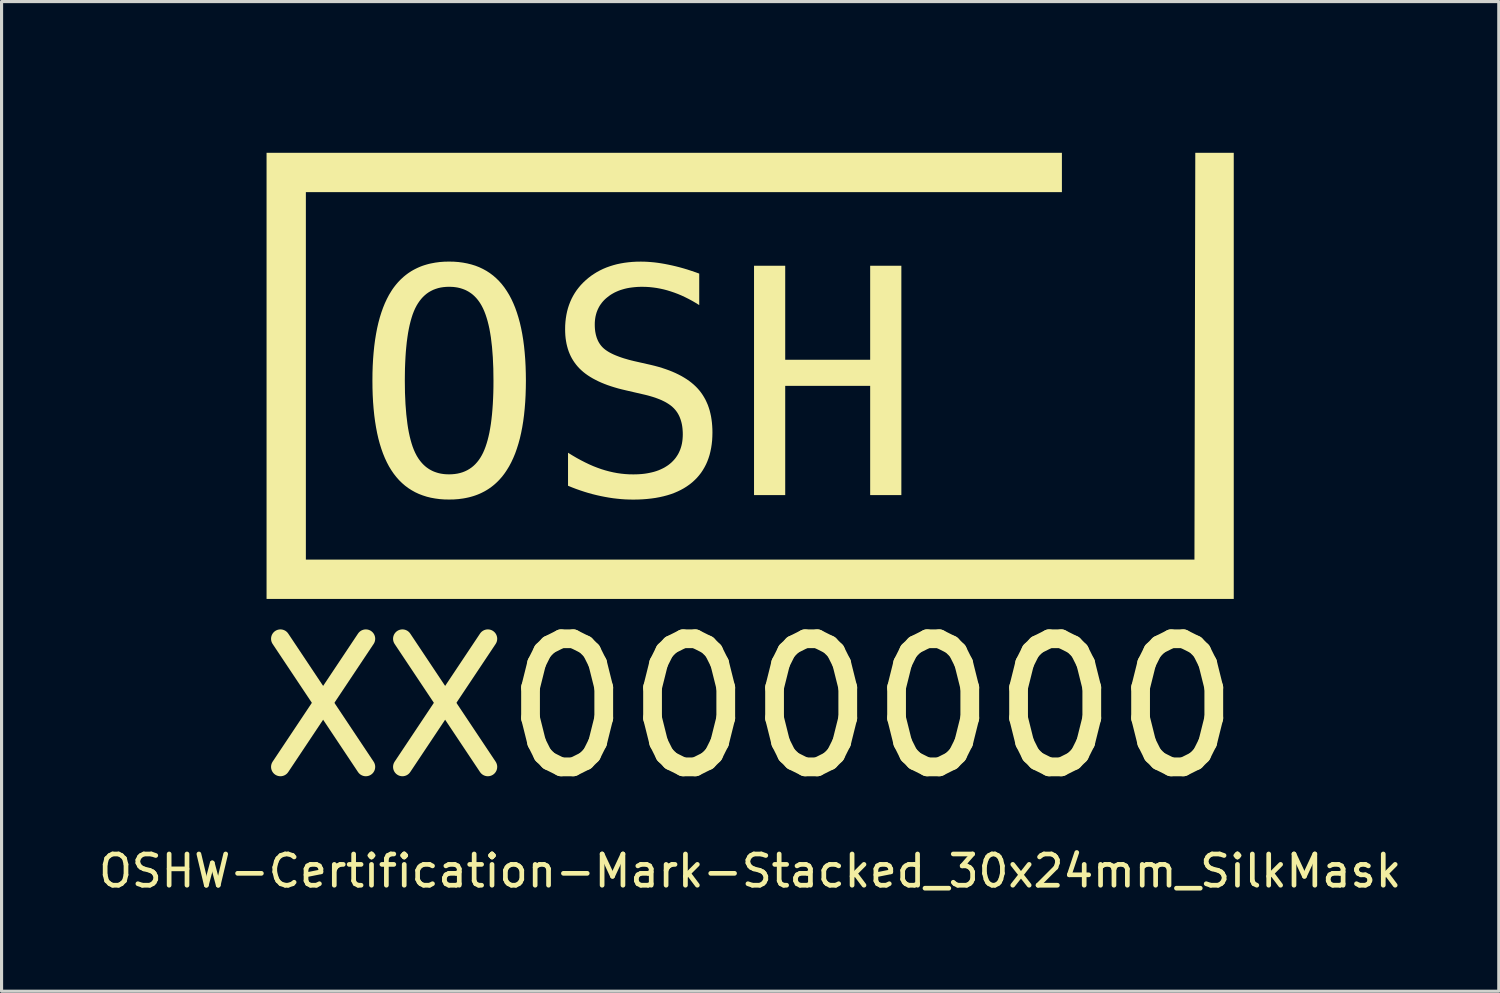
<source format=kicad_pcb>
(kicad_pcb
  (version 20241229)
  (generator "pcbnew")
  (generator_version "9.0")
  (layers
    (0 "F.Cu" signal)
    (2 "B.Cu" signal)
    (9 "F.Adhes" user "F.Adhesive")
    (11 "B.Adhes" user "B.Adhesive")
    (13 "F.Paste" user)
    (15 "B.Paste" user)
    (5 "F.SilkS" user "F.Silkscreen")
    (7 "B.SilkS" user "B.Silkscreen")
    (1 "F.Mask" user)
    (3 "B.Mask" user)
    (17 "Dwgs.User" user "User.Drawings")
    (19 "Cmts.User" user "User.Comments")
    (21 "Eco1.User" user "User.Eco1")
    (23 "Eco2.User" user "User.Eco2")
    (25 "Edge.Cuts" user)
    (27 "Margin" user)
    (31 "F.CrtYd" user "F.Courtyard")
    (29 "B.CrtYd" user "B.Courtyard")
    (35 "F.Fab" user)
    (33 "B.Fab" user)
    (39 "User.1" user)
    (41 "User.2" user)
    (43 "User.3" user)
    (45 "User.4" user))
  (footprint "OSHW-Certification-Mark-Stacked_30x24mm_SilkMask"
    (layer "F.Cu")
    (at 20.958 11.026)
    (property "Reference" "OSHW-Certification-Mark-Stacked_30x24mm_SilkMask" (at 0.000231 13.8 0) (unlocked yes) (layer "F.SilkS") (effects (font (size 1 1) (thickness 0.15))))
    (attr board_only exclude_from_pos_files exclude_from_bom allow_missing_courtyard)
    (fp_poly (pts (xy 10.475 1.769) (xy 9.536 1.769) (xy 8.537 -2.592) (xy 7.544 1.769) (xy 6.605 1.769) (xy 5.509 -5.571) (xy 6.477 -5.571) (xy 7.18 0.388) (xy 8.016 -3.556) (xy 9.054 -3.556) (xy 9.899 0.397) (xy 12.281 -11.026) (xy 13.249 -11.026)) (stroke (width 0) (type solid)) (fill yes) (layer "F.Mask"))
    (fp_poly (pts (xy -7.177 -1.894) (xy -7.177 -1.894) (xy -7.177 -1.894)) (stroke (width 0) (type solid)) (fill yes) (layer "F.SilkS"))
    (fp_poly (pts (xy -1.63 -5.32) (xy -1.63 -5.32) (xy -1.63 -5.32)) (stroke (width 0) (type solid)) (fill yes) (layer "F.SilkS"))
    (fp_poly (pts (xy 15.477 5.092) (xy -15.477 5.092) (xy -15.477 -9.186) (xy -15.477 -9.186) (xy 9.977 -9.186) (xy 9.977 -7.927) (xy -14.219 -7.927) (xy -14.219 3.833) (xy 14.219 3.833) (xy 14.246 -9.186) (xy 15.477 -9.186)) (stroke (width 0) (type solid)) (fill yes) (layer "F.SilkS"))
    (fp_poly (pts (xy 1.122 -2.562) (xy 3.841 -2.562) (xy 3.841 -5.571) (xy 4.839 -5.571) (xy 4.839 1.769) (xy 3.841 1.769) (xy 3.841 -1.727) (xy 1.122 -1.727) (xy 1.122 1.769) (xy 0.124 1.769) (xy 0.124 -5.571) (xy 1.122 -5.571)) (stroke (width 0) (type solid)) (fill yes) (layer "F.SilkS"))
    (fp_poly (pts (xy -9.483 -5.701) (xy -9.335 -5.69) (xy -9.192 -5.671) (xy -9.054 -5.645) (xy -8.921 -5.612) (xy -8.793 -5.572) (xy -8.67 -5.524) (xy -8.552 -5.468) (xy -8.439 -5.406) (xy -8.331 -5.336) (xy -8.227 -5.258) (xy -8.129 -5.173) (xy -8.036 -5.081) (xy -7.948 -4.982) (xy -7.865 -4.875) (xy -7.787 -4.76) (xy -7.713 -4.639) (xy -7.644 -4.509) (xy -7.58 -4.372) (xy -7.52 -4.227) (xy -7.466 -4.075) (xy -7.416 -3.915) (xy -7.37 -3.747) (xy -7.33 -3.572) (xy -7.294 -3.389) (xy -7.263 -3.198) (xy -7.237 -3) (xy -7.216 -2.794) (xy -7.199 -2.581) (xy -7.187 -2.359) (xy -7.18 -2.131) (xy -7.177 -1.894) (xy -7.18 -1.658) (xy -7.187 -1.43) (xy -7.199 -1.209) (xy -7.216 -0.996) (xy -7.237 -0.791) (xy -7.263 -0.593) (xy -7.294 -0.403) (xy -7.33 -0.22) (xy -7.37 -0.045) (xy -7.416 0.123) (xy -7.466 0.282) (xy -7.52 0.435) (xy -7.58 0.579) (xy -7.644 0.716) (xy -7.713 0.846) (xy -7.787 0.967) (xy -7.826 1.026) (xy -7.865 1.082) (xy -7.906 1.136) (xy -7.948 1.189) (xy -7.992 1.239) (xy -8.036 1.288) (xy -8.082 1.335) (xy -8.129 1.38) (xy -8.178 1.424) (xy -8.227 1.465) (xy -8.278 1.505) (xy -8.331 1.543) (xy -8.384 1.579) (xy -8.439 1.613) (xy -8.494 1.645) (xy -8.552 1.675) (xy -8.61 1.704) (xy -8.67 1.731) (xy -8.731 1.756) (xy -8.793 1.779) (xy -8.856 1.8) (xy -8.921 1.819) (xy -8.987 1.837) (xy -9.054 1.852) (xy -9.122 1.866) (xy -9.192 1.878) (xy -9.335 1.897) (xy -9.483 1.908) (xy -9.636 1.911) (xy -9.789 1.908) (xy -9.937 1.897) (xy -10.08 1.878) (xy -10.218 1.853) (xy -10.351 1.82) (xy -10.479 1.779) (xy -10.602 1.732) (xy -10.72 1.677) (xy -10.833 1.614) (xy -10.941 1.545) (xy -11.044 1.468) (xy -11.142 1.383) (xy -11.235 1.292) (xy -11.323 1.192) (xy -11.406 1.086) (xy -11.484 0.972) (xy -11.558 0.851) (xy -11.626 0.722) (xy -11.69 0.585) (xy -11.749 0.441) (xy -11.803 0.289) (xy -11.853 0.129) (xy -11.898 -0.038) (xy -11.938 -0.214) (xy -11.973 -0.397) (xy -12.004 -0.588) (xy -12.03 -0.786) (xy -12.051 -0.992) (xy -12.068 -1.206) (xy -12.08 -1.428) (xy -12.087 -1.657) (xy -12.089 -1.894) (xy -11.052 -1.894) (xy -11.047 -1.505) (xy -11.031 -1.145) (xy -11.005 -0.814) (xy -10.969 -0.511) (xy -10.948 -0.371) (xy -10.923 -0.237) (xy -10.896 -0.111) (xy -10.866 0.008) (xy -10.834 0.12) (xy -10.8 0.224) (xy -10.762 0.322) (xy -10.722 0.412) (xy -10.679 0.496) (xy -10.656 0.536) (xy -10.632 0.574) (xy -10.608 0.612) (xy -10.582 0.647) (xy -10.556 0.682) (xy -10.529 0.715) (xy -10.501 0.747) (xy -10.473 0.777) (xy -10.443 0.807) (xy -10.413 0.834) (xy -10.382 0.861) (xy -10.35 0.886) (xy -10.317 0.909) (xy -10.284 0.932) (xy -10.249 0.953) (xy -10.214 0.972) (xy -10.178 0.991) (xy -10.141 1.008) (xy -10.104 1.023) (xy -10.065 1.037) (xy -10.026 1.05) (xy -9.986 1.062) (xy -9.945 1.072) (xy -9.903 1.081) (xy -9.861 1.088) (xy -9.817 1.094) (xy -9.773 1.099) (xy -9.728 1.102) (xy -9.636 1.105) (xy -9.543 1.102) (xy -9.453 1.094) (xy -9.367 1.081) (xy -9.284 1.062) (xy -9.204 1.038) (xy -9.128 1.008) (xy -9.055 0.973) (xy -8.986 0.933) (xy -8.919 0.887) (xy -8.856 0.836) (xy -8.797 0.78) (xy -8.741 0.718) (xy -8.688 0.651) (xy -8.638 0.578) (xy -8.592 0.5) (xy -8.549 0.417) (xy -8.509 0.327) (xy -8.471 0.229) (xy -8.436 0.124) (xy -8.403 0.012) (xy -8.373 -0.107) (xy -8.345 -0.233) (xy -8.321 -0.367) (xy -8.298 -0.508) (xy -8.279 -0.656) (xy -8.262 -0.811) (xy -8.248 -0.973) (xy -8.236 -1.143) (xy -8.227 -1.32) (xy -8.22 -1.504) (xy -8.216 -1.696) (xy -8.215 -1.894) (xy -8.22 -2.284) (xy -8.236 -2.645) (xy -8.262 -2.977) (xy -8.298 -3.28) (xy -8.321 -3.421) (xy -8.345 -3.555) (xy -8.373 -3.681) (xy -8.403 -3.8) (xy -8.436 -3.912) (xy -8.471 -4.017) (xy -8.509 -4.115) (xy -8.549 -4.205) (xy -8.592 -4.289) (xy -8.615 -4.329) (xy -8.638 -4.367) (xy -8.663 -4.405) (xy -8.688 -4.44) (xy -8.714 -4.475) (xy -8.741 -4.508) (xy -8.768 -4.54) (xy -8.797 -4.57) (xy -8.826 -4.6) (xy -8.856 -4.627) (xy -8.887 -4.654) (xy -8.919 -4.679) (xy -8.952 -4.702) (xy -8.986 -4.725) (xy -9.02 -4.746) (xy -9.055 -4.765) (xy -9.091 -4.784) (xy -9.128 -4.801) (xy -9.166 -4.816) (xy -9.204 -4.83) (xy -9.244 -4.843) (xy -9.284 -4.855) (xy -9.325 -4.865) (xy -9.367 -4.874) (xy -9.41 -4.881) (xy -9.453 -4.887) (xy -9.498 -4.892) (xy -9.543 -4.895) (xy -9.636 -4.898) (xy -9.728 -4.895) (xy -9.817 -4.887) (xy -9.903 -4.874) (xy -9.986 -4.855) (xy -10.065 -4.83) (xy -10.141 -4.801) (xy -10.214 -4.765) (xy -10.284 -4.725) (xy -10.35 -4.679) (xy -10.413 -4.627) (xy -10.473 -4.57) (xy -10.529 -4.508) (xy -10.582 -4.44) (xy -10.632 -4.367) (xy -10.679 -4.289) (xy -10.722 -4.205) (xy -10.762 -4.115) (xy -10.8 -4.017) (xy -10.834 -3.912) (xy -10.866 -3.801) (xy -10.896 -3.681) (xy -10.923 -3.555) (xy -10.948 -3.421) (xy -10.969 -3.281) (xy -10.989 -3.133) (xy -11.005 -2.977) (xy -11.02 -2.815) (xy -11.031 -2.645) (xy -11.04 -2.468) (xy -11.047 -2.284) (xy -11.05 -2.093) (xy -11.052 -1.894) (xy -12.089 -1.894) (xy -12.089 -1.894) (xy -12.087 -2.131) (xy -12.08 -2.359) (xy -12.068 -2.581) (xy -12.051 -2.794) (xy -12.03 -3) (xy -12.004 -3.198) (xy -11.973 -3.389) (xy -11.938 -3.572) (xy -11.898 -3.747) (xy -11.853 -3.915) (xy -11.803 -4.075) (xy -11.749 -4.227) (xy -11.69 -4.372) (xy -11.626 -4.509) (xy -11.558 -4.639) (xy -11.484 -4.76) (xy -11.446 -4.819) (xy -11.406 -4.875) (xy -11.365 -4.929) (xy -11.322 -4.982) (xy -11.279 -5.032) (xy -11.234 -5.081) (xy -11.188 -5.128) (xy -11.14 -5.173) (xy -11.092 -5.217) (xy -11.042 -5.258) (xy -10.991 -5.298) (xy -10.939 -5.336) (xy -10.885 -5.372) (xy -10.831 -5.406) (xy -10.775 -5.438) (xy -10.717 -5.468) (xy -10.659 -5.497) (xy -10.599 -5.524) (xy -10.539 -5.549) (xy -10.477 -5.572) (xy -10.413 -5.593) (xy -10.349 -5.612) (xy -10.283 -5.63) (xy -10.216 -5.645) (xy -10.078 -5.671) (xy -9.936 -5.69) (xy -9.788 -5.701) (xy -9.636 -5.704)) (stroke (width 0) (type solid)) (fill yes) (layer "F.SilkS"))
    (fp_poly (pts (xy -3.397 -5.702) (xy -3.289 -5.697) (xy -3.18 -5.689) (xy -3.069 -5.679) (xy -2.957 -5.665) (xy -2.844 -5.648) (xy -2.729 -5.628) (xy -2.613 -5.605) (xy -2.496 -5.58) (xy -2.377 -5.552) (xy -2.256 -5.521) (xy -2.134 -5.487) (xy -2.01 -5.45) (xy -1.885 -5.409) (xy -1.758 -5.366) (xy -1.63 -5.32) (xy -1.63 -4.312) (xy -1.743 -4.382) (xy -1.856 -4.448) (xy -1.97 -4.509) (xy -2.084 -4.566) (xy -2.197 -4.619) (xy -2.311 -4.667) (xy -2.425 -4.71) (xy -2.54 -4.749) (xy -2.653 -4.784) (xy -2.766 -4.814) (xy -2.88 -4.839) (xy -2.994 -4.86) (xy -3.109 -4.876) (xy -3.224 -4.888) (xy -3.339 -4.895) (xy -3.454 -4.897) (xy -3.541 -4.896) (xy -3.625 -4.892) (xy -3.707 -4.885) (xy -3.787 -4.876) (xy -3.865 -4.865) (xy -3.94 -4.851) (xy -4.013 -4.834) (xy -4.083 -4.814) (xy -4.152 -4.793) (xy -4.218 -4.768) (xy -4.281 -4.741) (xy -4.343 -4.712) (xy -4.402 -4.679) (xy -4.459 -4.645) (xy -4.513 -4.607) (xy -4.565 -4.567) (xy -4.615 -4.526) (xy -4.661 -4.483) (xy -4.704 -4.438) (xy -4.744 -4.391) (xy -4.78 -4.342) (xy -4.814 -4.292) (xy -4.844 -4.239) (xy -4.871 -4.185) (xy -4.895 -4.129) (xy -4.916 -4.072) (xy -4.933 -4.012) (xy -4.948 -3.951) (xy -4.959 -3.888) (xy -4.967 -3.823) (xy -4.972 -3.756) (xy -4.973 -3.687) (xy -4.972 -3.627) (xy -4.969 -3.569) (xy -4.964 -3.513) (xy -4.957 -3.458) (xy -4.947 -3.406) (xy -4.936 -3.355) (xy -4.922 -3.306) (xy -4.907 -3.258) (xy -4.889 -3.213) (xy -4.87 -3.169) (xy -4.848 -3.127) (xy -4.824 -3.087) (xy -4.798 -3.049) (xy -4.77 -3.012) (xy -4.74 -2.978) (xy -4.708 -2.945) (xy -4.672 -2.913) (xy -4.633 -2.882) (xy -4.59 -2.852) (xy -4.544 -2.822) (xy -4.494 -2.793) (xy -4.44 -2.765) (xy -4.383 -2.737) (xy -4.322 -2.71) (xy -4.257 -2.684) (xy -4.189 -2.658) (xy -4.118 -2.633) (xy -4.042 -2.608) (xy -3.963 -2.585) (xy -3.881 -2.561) (xy -3.795 -2.539) (xy -3.705 -2.517) (xy -3.184 -2.399) (xy -3.057 -2.368) (xy -2.934 -2.335) (xy -2.816 -2.299) (xy -2.702 -2.261) (xy -2.593 -2.222) (xy -2.488 -2.18) (xy -2.388 -2.136) (xy -2.291 -2.089) (xy -2.199 -2.041) (xy -2.112 -1.99) (xy -2.029 -1.938) (xy -1.95 -1.883) (xy -1.876 -1.826) (xy -1.806 -1.767) (xy -1.74 -1.705) (xy -1.679 -1.642) (xy -1.622 -1.576) (xy -1.569 -1.507) (xy -1.519 -1.435) (xy -1.473 -1.36) (xy -1.43 -1.283) (xy -1.392 -1.202) (xy -1.356 -1.119) (xy -1.325 -1.032) (xy -1.297 -0.943) (xy -1.274 -0.851) (xy -1.253 -0.756) (xy -1.237 -0.657) (xy -1.224 -0.556) (xy -1.215 -0.452) (xy -1.209 -0.346) (xy -1.207 -0.236) (xy -1.21 -0.107) (xy -1.217 0.018) (xy -1.23 0.139) (xy -1.248 0.257) (xy -1.271 0.37) (xy -1.298 0.48) (xy -1.331 0.585) (xy -1.369 0.687) (xy -1.412 0.785) (xy -1.461 0.879) (xy -1.514 0.969) (xy -1.572 1.056) (xy -1.636 1.138) (xy -1.704 1.217) (xy -1.778 1.291) (xy -1.856 1.362) (xy -1.94 1.429) (xy -2.028 1.491) (xy -2.12 1.549) (xy -2.218 1.603) (xy -2.319 1.652) (xy -2.426 1.698) (xy -2.537 1.739) (xy -2.653 1.775) (xy -2.773 1.807) (xy -2.898 1.835) (xy -3.027 1.859) (xy -3.162 1.878) (xy -3.3 1.893) (xy -3.444 1.904) (xy -3.592 1.911) (xy -3.744 1.913) (xy -3.873 1.911) (xy -4.003 1.906) (xy -4.132 1.897) (xy -4.262 1.884) (xy -4.391 1.869) (xy -4.521 1.849) (xy -4.651 1.826) (xy -4.782 1.8) (xy -4.912 1.771) (xy -5.042 1.739) (xy -5.173 1.703) (xy -5.304 1.663) (xy -5.435 1.62) (xy -5.566 1.574) (xy -5.697 1.524) (xy -5.829 1.47) (xy -5.829 0.413) (xy -5.688 0.5) (xy -5.55 0.581) (xy -5.414 0.655) (xy -5.279 0.724) (xy -5.147 0.787) (xy -5.017 0.844) (xy -4.888 0.894) (xy -4.762 0.939) (xy -4.635 0.978) (xy -4.508 1.012) (xy -4.381 1.041) (xy -4.254 1.065) (xy -4.127 1.083) (xy -4 1.096) (xy -3.872 1.104) (xy -3.744 1.106) (xy -3.651 1.105) (xy -3.561 1.101) (xy -3.474 1.095) (xy -3.389 1.086) (xy -3.307 1.074) (xy -3.227 1.059) (xy -3.15 1.042) (xy -3.075 1.023) (xy -3.004 1.001) (xy -2.934 0.976) (xy -2.868 0.948) (xy -2.804 0.918) (xy -2.742 0.886) (xy -2.684 0.85) (xy -2.627 0.813) (xy -2.574 0.772) (xy -2.523 0.729) (xy -2.476 0.683) (xy -2.432 0.636) (xy -2.391 0.586) (xy -2.354 0.534) (xy -2.319 0.48) (xy -2.288 0.424) (xy -2.261 0.366) (xy -2.236 0.306) (xy -2.215 0.244) (xy -2.197 0.18) (xy -2.182 0.114) (xy -2.171 0.045) (xy -2.163 -0.025) (xy -2.158 -0.097) (xy -2.156 -0.172) (xy -2.157 -0.24) (xy -2.161 -0.306) (xy -2.166 -0.369) (xy -2.174 -0.431) (xy -2.184 -0.491) (xy -2.197 -0.548) (xy -2.212 -0.604) (xy -2.229 -0.657) (xy -2.248 -0.709) (xy -2.269 -0.758) (xy -2.293 -0.806) (xy -2.319 -0.851) (xy -2.348 -0.895) (xy -2.378 -0.936) (xy -2.411 -0.975) (xy -2.446 -1.013) (xy -2.483 -1.048) (xy -2.524 -1.083) (xy -2.568 -1.117) (xy -2.615 -1.149) (xy -2.666 -1.181) (xy -2.72 -1.212) (xy -2.778 -1.241) (xy -2.838 -1.27) (xy -2.902 -1.297) (xy -2.97 -1.323) (xy -3.04 -1.349) (xy -3.115 -1.373) (xy -3.192 -1.396) (xy -3.273 -1.419) (xy -3.357 -1.44) (xy -3.444 -1.46) (xy -3.975 -1.583) (xy -4.101 -1.613) (xy -4.222 -1.644) (xy -4.339 -1.678) (xy -4.451 -1.713) (xy -4.56 -1.75) (xy -4.663 -1.789) (xy -4.763 -1.83) (xy -4.858 -1.873) (xy -4.948 -1.918) (xy -5.035 -1.964) (xy -5.116 -2.012) (xy -5.194 -2.062) (xy -5.267 -2.114) (xy -5.336 -2.168) (xy -5.4 -2.224) (xy -5.46 -2.281) (xy -5.516 -2.341) (xy -5.568 -2.403) (xy -5.617 -2.468) (xy -5.662 -2.535) (xy -5.704 -2.604) (xy -5.742 -2.676) (xy -5.776 -2.751) (xy -5.807 -2.828) (xy -5.834 -2.908) (xy -5.857 -2.99) (xy -5.877 -3.074) (xy -5.893 -3.162) (xy -5.906 -3.251) (xy -5.915 -3.343) (xy -5.92 -3.438) (xy -5.922 -3.535) (xy -5.92 -3.656) (xy -5.912 -3.775) (xy -5.899 -3.89) (xy -5.881 -4.002) (xy -5.858 -4.111) (xy -5.83 -4.217) (xy -5.796 -4.32) (xy -5.757 -4.42) (xy -5.714 -4.517) (xy -5.665 -4.61) (xy -5.611 -4.701) (xy -5.552 -4.789) (xy -5.487 -4.873) (xy -5.418 -4.955) (xy -5.343 -5.033) (xy -5.263 -5.108) (xy -5.179 -5.18) (xy -5.091 -5.248) (xy -4.999 -5.31) (xy -4.904 -5.369) (xy -4.806 -5.422) (xy -4.705 -5.471) (xy -4.6 -5.515) (xy -4.491 -5.554) (xy -4.38 -5.589) (xy -4.265 -5.62) (xy -4.146 -5.645) (xy -4.024 -5.666) (xy -3.899 -5.682) (xy -3.771 -5.694) (xy -3.639 -5.701) (xy -3.503 -5.703)) (stroke (width 0) (type solid)) (fill yes) (layer "F.SilkS"))
    (fp_text user "XX000000" (at 0 11 0) (unlocked yes) (layer "F.SilkS") (effects (font (size 4.1 4.1) (thickness 0.6)) (justify bottom))))
  (gr_rect
    (start -3 -3)
    (end 44.917 28.674)
    (stroke (width 0.1) (type default))
    (fill no)
    (layer "Edge.Cuts")))
</source>
